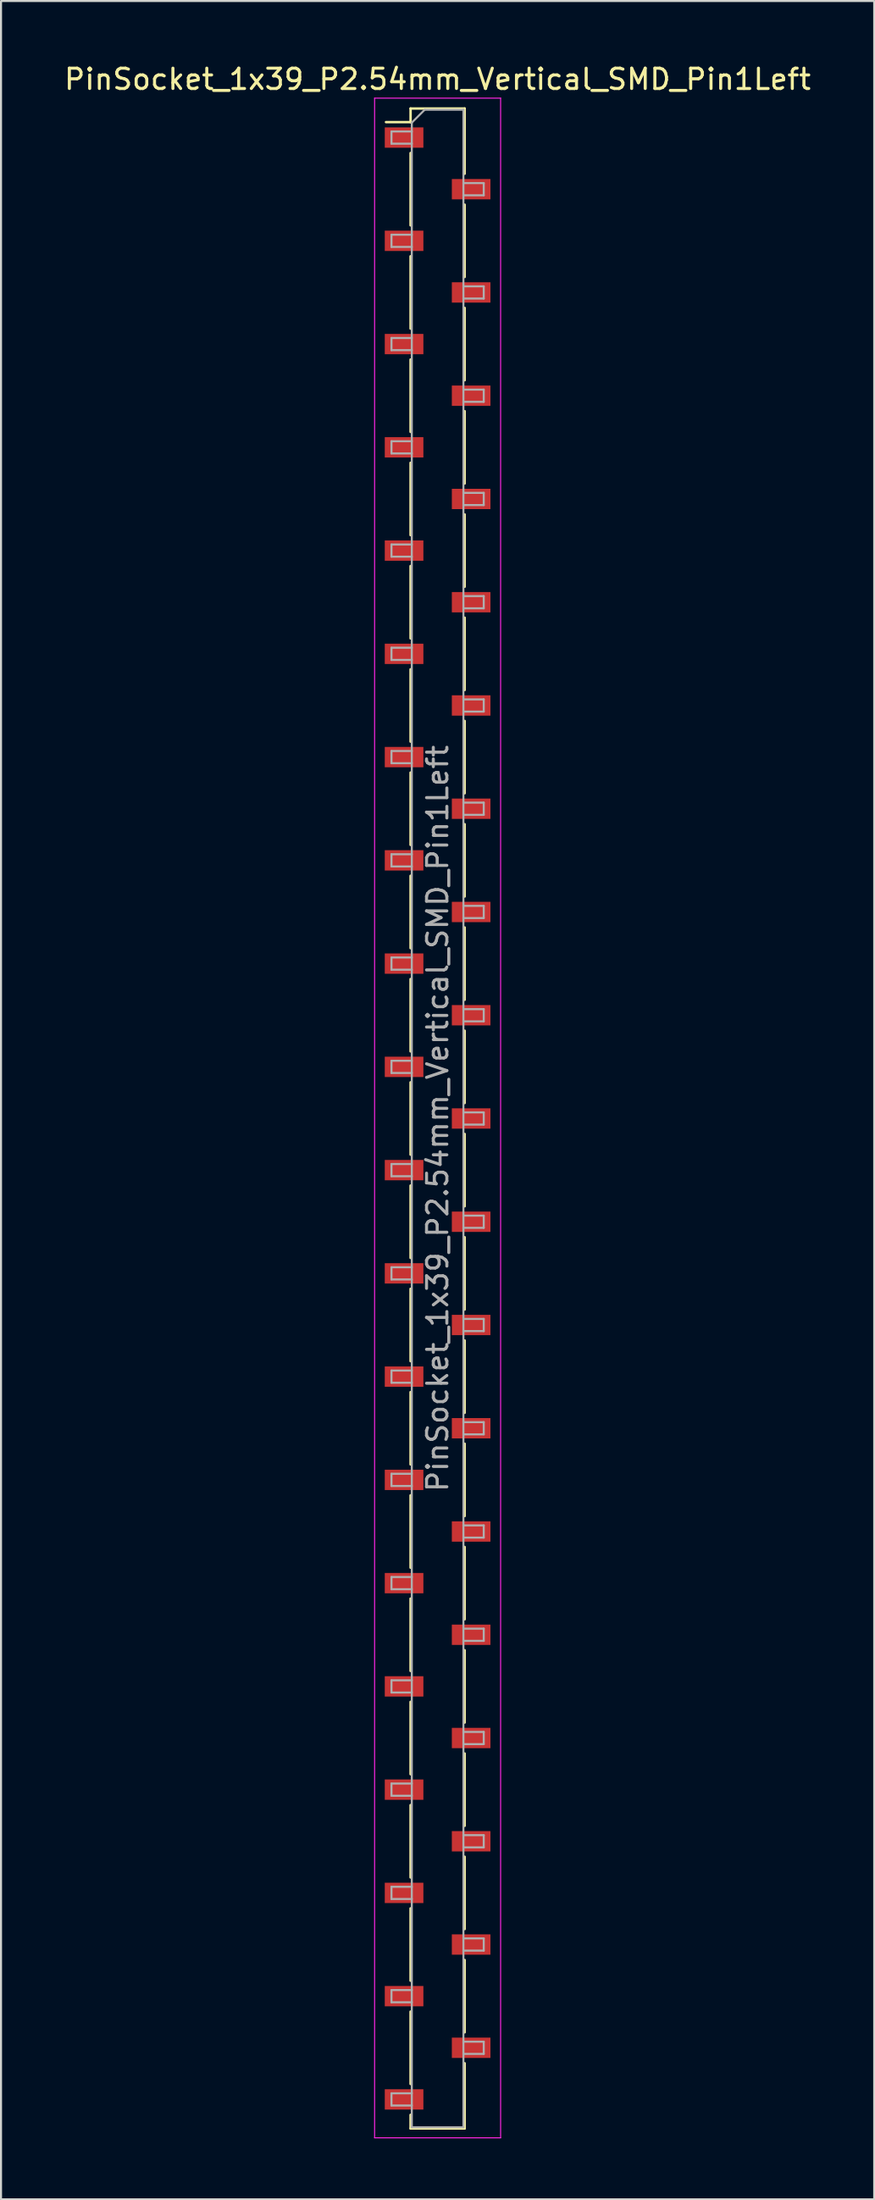
<source format=kicad_pcb>
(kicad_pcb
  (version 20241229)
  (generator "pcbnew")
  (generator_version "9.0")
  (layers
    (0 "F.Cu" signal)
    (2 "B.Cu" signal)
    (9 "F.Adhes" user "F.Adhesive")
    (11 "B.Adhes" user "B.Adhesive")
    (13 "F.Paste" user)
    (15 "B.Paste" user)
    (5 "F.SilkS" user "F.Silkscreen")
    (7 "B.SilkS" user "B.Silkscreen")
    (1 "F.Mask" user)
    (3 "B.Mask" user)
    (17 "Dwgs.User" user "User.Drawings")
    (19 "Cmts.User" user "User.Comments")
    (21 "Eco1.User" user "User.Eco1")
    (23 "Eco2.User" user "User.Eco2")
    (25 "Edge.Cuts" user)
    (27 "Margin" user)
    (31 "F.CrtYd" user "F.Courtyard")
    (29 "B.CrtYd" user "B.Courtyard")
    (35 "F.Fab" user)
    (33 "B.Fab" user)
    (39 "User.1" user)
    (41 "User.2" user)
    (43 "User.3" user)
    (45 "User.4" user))
  (footprint "PinSocket_1x39_P2.54mm_Vertical_SMD_Pin1Left"
    (layer "F.Cu")
    (at 18.482 51.978)
    (property "Reference" "PinSocket_1x39_P2.54mm_Vertical_SMD_Pin1Left" (at 0 -51.13 0) (layer "F.SilkS") (effects (font (size 1 1) (thickness 0.15))))
    (attr smd)
    (fp_line (start -2.54 -49.02) (end -1.33 -49.02) (stroke (width 0.12) (type solid)) (layer "F.SilkS"))
    (fp_line (start -1.33 -49.69) (end -1.33 -49.02) (stroke (width 0.12) (type solid)) (layer "F.SilkS"))
    (fp_line (start -1.33 -49.69) (end 1.33 -49.69) (stroke (width 0.12) (type solid)) (layer "F.SilkS"))
    (fp_line (start -1.33 -47.5) (end -1.33 -43.94) (stroke (width 0.12) (type solid)) (layer "F.SilkS"))
    (fp_line (start -1.33 -42.42) (end -1.33 -38.86) (stroke (width 0.12) (type solid)) (layer "F.SilkS"))
    (fp_line (start -1.33 -37.34) (end -1.33 -33.78) (stroke (width 0.12) (type solid)) (layer "F.SilkS"))
    (fp_line (start -1.33 -32.26) (end -1.33 -28.7) (stroke (width 0.12) (type solid)) (layer "F.SilkS"))
    (fp_line (start -1.33 -27.18) (end -1.33 -23.62) (stroke (width 0.12) (type solid)) (layer "F.SilkS"))
    (fp_line (start -1.33 -22.1) (end -1.33 -18.54) (stroke (width 0.12) (type solid)) (layer "F.SilkS"))
    (fp_line (start -1.33 -17.02) (end -1.33 -13.46) (stroke (width 0.12) (type solid)) (layer "F.SilkS"))
    (fp_line (start -1.33 -11.94) (end -1.33 -8.38) (stroke (width 0.12) (type solid)) (layer "F.SilkS"))
    (fp_line (start -1.33 -6.86) (end -1.33 -3.3) (stroke (width 0.12) (type solid)) (layer "F.SilkS"))
    (fp_line (start -1.33 -1.78) (end -1.33 1.78) (stroke (width 0.12) (type solid)) (layer "F.SilkS"))
    (fp_line (start -1.33 3.3) (end -1.33 6.86) (stroke (width 0.12) (type solid)) (layer "F.SilkS"))
    (fp_line (start -1.33 8.38) (end -1.33 11.94) (stroke (width 0.12) (type solid)) (layer "F.SilkS"))
    (fp_line (start -1.33 13.46) (end -1.33 17.02) (stroke (width 0.12) (type solid)) (layer "F.SilkS"))
    (fp_line (start -1.33 18.54) (end -1.33 22.1) (stroke (width 0.12) (type solid)) (layer "F.SilkS"))
    (fp_line (start -1.33 23.62) (end -1.33 27.18) (stroke (width 0.12) (type solid)) (layer "F.SilkS"))
    (fp_line (start -1.33 28.7) (end -1.33 32.26) (stroke (width 0.12) (type solid)) (layer "F.SilkS"))
    (fp_line (start -1.33 33.78) (end -1.33 37.34) (stroke (width 0.12) (type solid)) (layer "F.SilkS"))
    (fp_line (start -1.33 38.86) (end -1.33 42.42) (stroke (width 0.12) (type solid)) (layer "F.SilkS"))
    (fp_line (start -1.33 43.94) (end -1.33 47.5) (stroke (width 0.12) (type solid)) (layer "F.SilkS"))
    (fp_line (start -1.33 49.02) (end -1.33 49.69) (stroke (width 0.12) (type solid)) (layer "F.SilkS"))
    (fp_line (start -1.33 49.69) (end 1.33 49.69) (stroke (width 0.12) (type solid)) (layer "F.SilkS"))
    (fp_line (start 1.33 -49.69) (end 1.33 -46.48) (stroke (width 0.12) (type solid)) (layer "F.SilkS"))
    (fp_line (start 1.33 -44.96) (end 1.33 -41.4) (stroke (width 0.12) (type solid)) (layer "F.SilkS"))
    (fp_line (start 1.33 -39.88) (end 1.33 -36.32) (stroke (width 0.12) (type solid)) (layer "F.SilkS"))
    (fp_line (start 1.33 -34.8) (end 1.33 -31.24) (stroke (width 0.12) (type solid)) (layer "F.SilkS"))
    (fp_line (start 1.33 -29.72) (end 1.33 -26.16) (stroke (width 0.12) (type solid)) (layer "F.SilkS"))
    (fp_line (start 1.33 -24.64) (end 1.33 -21.08) (stroke (width 0.12) (type solid)) (layer "F.SilkS"))
    (fp_line (start 1.33 -19.56) (end 1.33 -16) (stroke (width 0.12) (type solid)) (layer "F.SilkS"))
    (fp_line (start 1.33 -14.48) (end 1.33 -10.92) (stroke (width 0.12) (type solid)) (layer "F.SilkS"))
    (fp_line (start 1.33 -9.4) (end 1.33 -5.84) (stroke (width 0.12) (type solid)) (layer "F.SilkS"))
    (fp_line (start 1.33 -4.32) (end 1.33 -0.76) (stroke (width 0.12) (type solid)) (layer "F.SilkS"))
    (fp_line (start 1.33 0.76) (end 1.33 4.32) (stroke (width 0.12) (type solid)) (layer "F.SilkS"))
    (fp_line (start 1.33 5.84) (end 1.33 9.4) (stroke (width 0.12) (type solid)) (layer "F.SilkS"))
    (fp_line (start 1.33 10.92) (end 1.33 14.48) (stroke (width 0.12) (type solid)) (layer "F.SilkS"))
    (fp_line (start 1.33 16) (end 1.33 19.56) (stroke (width 0.12) (type solid)) (layer "F.SilkS"))
    (fp_line (start 1.33 21.08) (end 1.33 24.64) (stroke (width 0.12) (type solid)) (layer "F.SilkS"))
    (fp_line (start 1.33 26.16) (end 1.33 29.72) (stroke (width 0.12) (type solid)) (layer "F.SilkS"))
    (fp_line (start 1.33 31.24) (end 1.33 34.8) (stroke (width 0.12) (type solid)) (layer "F.SilkS"))
    (fp_line (start 1.33 36.32) (end 1.33 39.88) (stroke (width 0.12) (type solid)) (layer "F.SilkS"))
    (fp_line (start 1.33 41.4) (end 1.33 44.96) (stroke (width 0.12) (type solid)) (layer "F.SilkS"))
    (fp_line (start 1.33 46.48) (end 1.33 49.69) (stroke (width 0.12) (type solid)) (layer "F.SilkS"))
    (fp_line (start -3.1 -50.2) (end 3.1 -50.2) (stroke (width 0.05) (type solid)) (layer "F.CrtYd"))
    (fp_line (start -3.1 50.15) (end -3.1 -50.2) (stroke (width 0.05) (type solid)) (layer "F.CrtYd"))
    (fp_line (start 3.1 -50.2) (end 3.1 50.15) (stroke (width 0.05) (type solid)) (layer "F.CrtYd"))
    (fp_line (start 3.1 50.15) (end -3.1 50.15) (stroke (width 0.05) (type solid)) (layer "F.CrtYd"))
    (fp_line (start -2.27 -48.56) (end -1.27 -48.56) (stroke (width 0.1) (type solid)) (layer "F.Fab"))
    (fp_line (start -2.27 -47.96) (end -2.27 -48.56) (stroke (width 0.1) (type solid)) (layer "F.Fab"))
    (fp_line (start -2.27 -43.48) (end -1.27 -43.48) (stroke (width 0.1) (type solid)) (layer "F.Fab"))
    (fp_line (start -2.27 -42.88) (end -2.27 -43.48) (stroke (width 0.1) (type solid)) (layer "F.Fab"))
    (fp_line (start -2.27 -38.4) (end -1.27 -38.4) (stroke (width 0.1) (type solid)) (layer "F.Fab"))
    (fp_line (start -2.27 -37.8) (end -2.27 -38.4) (stroke (width 0.1) (type solid)) (layer "F.Fab"))
    (fp_line (start -2.27 -33.32) (end -1.27 -33.32) (stroke (width 0.1) (type solid)) (layer "F.Fab"))
    (fp_line (start -2.27 -32.72) (end -2.27 -33.32) (stroke (width 0.1) (type solid)) (layer "F.Fab"))
    (fp_line (start -2.27 -28.24) (end -1.27 -28.24) (stroke (width 0.1) (type solid)) (layer "F.Fab"))
    (fp_line (start -2.27 -27.64) (end -2.27 -28.24) (stroke (width 0.1) (type solid)) (layer "F.Fab"))
    (fp_line (start -2.27 -23.16) (end -1.27 -23.16) (stroke (width 0.1) (type solid)) (layer "F.Fab"))
    (fp_line (start -2.27 -22.56) (end -2.27 -23.16) (stroke (width 0.1) (type solid)) (layer "F.Fab"))
    (fp_line (start -2.27 -18.08) (end -1.27 -18.08) (stroke (width 0.1) (type solid)) (layer "F.Fab"))
    (fp_line (start -2.27 -17.48) (end -2.27 -18.08) (stroke (width 0.1) (type solid)) (layer "F.Fab"))
    (fp_line (start -2.27 -13) (end -1.27 -13) (stroke (width 0.1) (type solid)) (layer "F.Fab"))
    (fp_line (start -2.27 -12.4) (end -2.27 -13) (stroke (width 0.1) (type solid)) (layer "F.Fab"))
    (fp_line (start -2.27 -7.92) (end -1.27 -7.92) (stroke (width 0.1) (type solid)) (layer "F.Fab"))
    (fp_line (start -2.27 -7.32) (end -2.27 -7.92) (stroke (width 0.1) (type solid)) (layer "F.Fab"))
    (fp_line (start -2.27 -2.84) (end -1.27 -2.84) (stroke (width 0.1) (type solid)) (layer "F.Fab"))
    (fp_line (start -2.27 -2.24) (end -2.27 -2.84) (stroke (width 0.1) (type solid)) (layer "F.Fab"))
    (fp_line (start -2.27 2.24) (end -1.27 2.24) (stroke (width 0.1) (type solid)) (layer "F.Fab"))
    (fp_line (start -2.27 2.84) (end -2.27 2.24) (stroke (width 0.1) (type solid)) (layer "F.Fab"))
    (fp_line (start -2.27 7.32) (end -1.27 7.32) (stroke (width 0.1) (type solid)) (layer "F.Fab"))
    (fp_line (start -2.27 7.92) (end -2.27 7.32) (stroke (width 0.1) (type solid)) (layer "F.Fab"))
    (fp_line (start -2.27 12.4) (end -1.27 12.4) (stroke (width 0.1) (type solid)) (layer "F.Fab"))
    (fp_line (start -2.27 13) (end -2.27 12.4) (stroke (width 0.1) (type solid)) (layer "F.Fab"))
    (fp_line (start -2.27 17.48) (end -1.27 17.48) (stroke (width 0.1) (type solid)) (layer "F.Fab"))
    (fp_line (start -2.27 18.08) (end -2.27 17.48) (stroke (width 0.1) (type solid)) (layer "F.Fab"))
    (fp_line (start -2.27 22.56) (end -1.27 22.56) (stroke (width 0.1) (type solid)) (layer "F.Fab"))
    (fp_line (start -2.27 23.16) (end -2.27 22.56) (stroke (width 0.1) (type solid)) (layer "F.Fab"))
    (fp_line (start -2.27 27.64) (end -1.27 27.64) (stroke (width 0.1) (type solid)) (layer "F.Fab"))
    (fp_line (start -2.27 28.24) (end -2.27 27.64) (stroke (width 0.1) (type solid)) (layer "F.Fab"))
    (fp_line (start -2.27 32.72) (end -1.27 32.72) (stroke (width 0.1) (type solid)) (layer "F.Fab"))
    (fp_line (start -2.27 33.32) (end -2.27 32.72) (stroke (width 0.1) (type solid)) (layer "F.Fab"))
    (fp_line (start -2.27 37.8) (end -1.27 37.8) (stroke (width 0.1) (type solid)) (layer "F.Fab"))
    (fp_line (start -2.27 38.4) (end -2.27 37.8) (stroke (width 0.1) (type solid)) (layer "F.Fab"))
    (fp_line (start -2.27 42.88) (end -1.27 42.88) (stroke (width 0.1) (type solid)) (layer "F.Fab"))
    (fp_line (start -2.27 43.48) (end -2.27 42.88) (stroke (width 0.1) (type solid)) (layer "F.Fab"))
    (fp_line (start -2.27 47.96) (end -1.27 47.96) (stroke (width 0.1) (type solid)) (layer "F.Fab"))
    (fp_line (start -2.27 48.56) (end -2.27 47.96) (stroke (width 0.1) (type solid)) (layer "F.Fab"))
    (fp_line (start -1.27 -48.995) (end -0.635 -49.63) (stroke (width 0.1) (type solid)) (layer "F.Fab"))
    (fp_line (start -1.27 -47.96) (end -2.27 -47.96) (stroke (width 0.1) (type solid)) (layer "F.Fab"))
    (fp_line (start -1.27 -42.88) (end -2.27 -42.88) (stroke (width 0.1) (type solid)) (layer "F.Fab"))
    (fp_line (start -1.27 -37.8) (end -2.27 -37.8) (stroke (width 0.1) (type solid)) (layer "F.Fab"))
    (fp_line (start -1.27 -32.72) (end -2.27 -32.72) (stroke (width 0.1) (type solid)) (layer "F.Fab"))
    (fp_line (start -1.27 -27.64) (end -2.27 -27.64) (stroke (width 0.1) (type solid)) (layer "F.Fab"))
    (fp_line (start -1.27 -22.56) (end -2.27 -22.56) (stroke (width 0.1) (type solid)) (layer "F.Fab"))
    (fp_line (start -1.27 -17.48) (end -2.27 -17.48) (stroke (width 0.1) (type solid)) (layer "F.Fab"))
    (fp_line (start -1.27 -12.4) (end -2.27 -12.4) (stroke (width 0.1) (type solid)) (layer "F.Fab"))
    (fp_line (start -1.27 -7.32) (end -2.27 -7.32) (stroke (width 0.1) (type solid)) (layer "F.Fab"))
    (fp_line (start -1.27 -2.24) (end -2.27 -2.24) (stroke (width 0.1) (type solid)) (layer "F.Fab"))
    (fp_line (start -1.27 2.84) (end -2.27 2.84) (stroke (width 0.1) (type solid)) (layer "F.Fab"))
    (fp_line (start -1.27 7.92) (end -2.27 7.92) (stroke (width 0.1) (type solid)) (layer "F.Fab"))
    (fp_line (start -1.27 13) (end -2.27 13) (stroke (width 0.1) (type solid)) (layer "F.Fab"))
    (fp_line (start -1.27 18.08) (end -2.27 18.08) (stroke (width 0.1) (type solid)) (layer "F.Fab"))
    (fp_line (start -1.27 23.16) (end -2.27 23.16) (stroke (width 0.1) (type solid)) (layer "F.Fab"))
    (fp_line (start -1.27 28.24) (end -2.27 28.24) (stroke (width 0.1) (type solid)) (layer "F.Fab"))
    (fp_line (start -1.27 33.32) (end -2.27 33.32) (stroke (width 0.1) (type solid)) (layer "F.Fab"))
    (fp_line (start -1.27 38.4) (end -2.27 38.4) (stroke (width 0.1) (type solid)) (layer "F.Fab"))
    (fp_line (start -1.27 43.48) (end -2.27 43.48) (stroke (width 0.1) (type solid)) (layer "F.Fab"))
    (fp_line (start -1.27 48.56) (end -2.27 48.56) (stroke (width 0.1) (type solid)) (layer "F.Fab"))
    (fp_line (start -1.27 49.63) (end -1.27 -48.995) (stroke (width 0.1) (type solid)) (layer "F.Fab"))
    (fp_line (start -0.635 -49.63) (end 1.27 -49.63) (stroke (width 0.1) (type solid)) (layer "F.Fab"))
    (fp_line (start 1.27 -49.63) (end 1.27 49.63) (stroke (width 0.1) (type solid)) (layer "F.Fab"))
    (fp_line (start 1.27 -46.02) (end 2.27 -46.02) (stroke (width 0.1) (type solid)) (layer "F.Fab"))
    (fp_line (start 1.27 -40.94) (end 2.27 -40.94) (stroke (width 0.1) (type solid)) (layer "F.Fab"))
    (fp_line (start 1.27 -35.86) (end 2.27 -35.86) (stroke (width 0.1) (type solid)) (layer "F.Fab"))
    (fp_line (start 1.27 -30.78) (end 2.27 -30.78) (stroke (width 0.1) (type solid)) (layer "F.Fab"))
    (fp_line (start 1.27 -25.7) (end 2.27 -25.7) (stroke (width 0.1) (type solid)) (layer "F.Fab"))
    (fp_line (start 1.27 -20.62) (end 2.27 -20.62) (stroke (width 0.1) (type solid)) (layer "F.Fab"))
    (fp_line (start 1.27 -15.54) (end 2.27 -15.54) (stroke (width 0.1) (type solid)) (layer "F.Fab"))
    (fp_line (start 1.27 -10.46) (end 2.27 -10.46) (stroke (width 0.1) (type solid)) (layer "F.Fab"))
    (fp_line (start 1.27 -5.38) (end 2.27 -5.38) (stroke (width 0.1) (type solid)) (layer "F.Fab"))
    (fp_line (start 1.27 -0.3) (end 2.27 -0.3) (stroke (width 0.1) (type solid)) (layer "F.Fab"))
    (fp_line (start 1.27 4.78) (end 2.27 4.78) (stroke (width 0.1) (type solid)) (layer "F.Fab"))
    (fp_line (start 1.27 9.86) (end 2.27 9.86) (stroke (width 0.1) (type solid)) (layer "F.Fab"))
    (fp_line (start 1.27 14.94) (end 2.27 14.94) (stroke (width 0.1) (type solid)) (layer "F.Fab"))
    (fp_line (start 1.27 20.02) (end 2.27 20.02) (stroke (width 0.1) (type solid)) (layer "F.Fab"))
    (fp_line (start 1.27 25.1) (end 2.27 25.1) (stroke (width 0.1) (type solid)) (layer "F.Fab"))
    (fp_line (start 1.27 30.18) (end 2.27 30.18) (stroke (width 0.1) (type solid)) (layer "F.Fab"))
    (fp_line (start 1.27 35.26) (end 2.27 35.26) (stroke (width 0.1) (type solid)) (layer "F.Fab"))
    (fp_line (start 1.27 40.34) (end 2.27 40.34) (stroke (width 0.1) (type solid)) (layer "F.Fab"))
    (fp_line (start 1.27 45.42) (end 2.27 45.42) (stroke (width 0.1) (type solid)) (layer "F.Fab"))
    (fp_line (start 1.27 49.63) (end -1.27 49.63) (stroke (width 0.1) (type solid)) (layer "F.Fab"))
    (fp_line (start 2.27 -46.02) (end 2.27 -45.42) (stroke (width 0.1) (type solid)) (layer "F.Fab"))
    (fp_line (start 2.27 -45.42) (end 1.27 -45.42) (stroke (width 0.1) (type solid)) (layer "F.Fab"))
    (fp_line (start 2.27 -40.94) (end 2.27 -40.34) (stroke (width 0.1) (type solid)) (layer "F.Fab"))
    (fp_line (start 2.27 -40.34) (end 1.27 -40.34) (stroke (width 0.1) (type solid)) (layer "F.Fab"))
    (fp_line (start 2.27 -35.86) (end 2.27 -35.26) (stroke (width 0.1) (type solid)) (layer "F.Fab"))
    (fp_line (start 2.27 -35.26) (end 1.27 -35.26) (stroke (width 0.1) (type solid)) (layer "F.Fab"))
    (fp_line (start 2.27 -30.78) (end 2.27 -30.18) (stroke (width 0.1) (type solid)) (layer "F.Fab"))
    (fp_line (start 2.27 -30.18) (end 1.27 -30.18) (stroke (width 0.1) (type solid)) (layer "F.Fab"))
    (fp_line (start 2.27 -25.7) (end 2.27 -25.1) (stroke (width 0.1) (type solid)) (layer "F.Fab"))
    (fp_line (start 2.27 -25.1) (end 1.27 -25.1) (stroke (width 0.1) (type solid)) (layer "F.Fab"))
    (fp_line (start 2.27 -20.62) (end 2.27 -20.02) (stroke (width 0.1) (type solid)) (layer "F.Fab"))
    (fp_line (start 2.27 -20.02) (end 1.27 -20.02) (stroke (width 0.1) (type solid)) (layer "F.Fab"))
    (fp_line (start 2.27 -15.54) (end 2.27 -14.94) (stroke (width 0.1) (type solid)) (layer "F.Fab"))
    (fp_line (start 2.27 -14.94) (end 1.27 -14.94) (stroke (width 0.1) (type solid)) (layer "F.Fab"))
    (fp_line (start 2.27 -10.46) (end 2.27 -9.86) (stroke (width 0.1) (type solid)) (layer "F.Fab"))
    (fp_line (start 2.27 -9.86) (end 1.27 -9.86) (stroke (width 0.1) (type solid)) (layer "F.Fab"))
    (fp_line (start 2.27 -5.38) (end 2.27 -4.78) (stroke (width 0.1) (type solid)) (layer "F.Fab"))
    (fp_line (start 2.27 -4.78) (end 1.27 -4.78) (stroke (width 0.1) (type solid)) (layer "F.Fab"))
    (fp_line (start 2.27 -0.3) (end 2.27 0.3) (stroke (width 0.1) (type solid)) (layer "F.Fab"))
    (fp_line (start 2.27 0.3) (end 1.27 0.3) (stroke (width 0.1) (type solid)) (layer "F.Fab"))
    (fp_line (start 2.27 4.78) (end 2.27 5.38) (stroke (width 0.1) (type solid)) (layer "F.Fab"))
    (fp_line (start 2.27 5.38) (end 1.27 5.38) (stroke (width 0.1) (type solid)) (layer "F.Fab"))
    (fp_line (start 2.27 9.86) (end 2.27 10.46) (stroke (width 0.1) (type solid)) (layer "F.Fab"))
    (fp_line (start 2.27 10.46) (end 1.27 10.46) (stroke (width 0.1) (type solid)) (layer "F.Fab"))
    (fp_line (start 2.27 14.94) (end 2.27 15.54) (stroke (width 0.1) (type solid)) (layer "F.Fab"))
    (fp_line (start 2.27 15.54) (end 1.27 15.54) (stroke (width 0.1) (type solid)) (layer "F.Fab"))
    (fp_line (start 2.27 20.02) (end 2.27 20.62) (stroke (width 0.1) (type solid)) (layer "F.Fab"))
    (fp_line (start 2.27 20.62) (end 1.27 20.62) (stroke (width 0.1) (type solid)) (layer "F.Fab"))
    (fp_line (start 2.27 25.1) (end 2.27 25.7) (stroke (width 0.1) (type solid)) (layer "F.Fab"))
    (fp_line (start 2.27 25.7) (end 1.27 25.7) (stroke (width 0.1) (type solid)) (layer "F.Fab"))
    (fp_line (start 2.27 30.18) (end 2.27 30.78) (stroke (width 0.1) (type solid)) (layer "F.Fab"))
    (fp_line (start 2.27 30.78) (end 1.27 30.78) (stroke (width 0.1) (type solid)) (layer "F.Fab"))
    (fp_line (start 2.27 35.26) (end 2.27 35.86) (stroke (width 0.1) (type solid)) (layer "F.Fab"))
    (fp_line (start 2.27 35.86) (end 1.27 35.86) (stroke (width 0.1) (type solid)) (layer "F.Fab"))
    (fp_line (start 2.27 40.34) (end 2.27 40.94) (stroke (width 0.1) (type solid)) (layer "F.Fab"))
    (fp_line (start 2.27 40.94) (end 1.27 40.94) (stroke (width 0.1) (type solid)) (layer "F.Fab"))
    (fp_line (start 2.27 45.42) (end 2.27 46.02) (stroke (width 0.1) (type solid)) (layer "F.Fab"))
    (fp_line (start 2.27 46.02) (end 1.27 46.02) (stroke (width 0.1) (type solid)) (layer "F.Fab"))
    (fp_text user "${REFERENCE}" (at 0 0 90) (layer "F.Fab") (effects (font (size 1 1) (thickness 0.15))))
    (pad "1" smd rect (at -1.65 -48.26) (size 1.9 1) (layers "F.Cu" "F.Mask" "F.Paste"))
    (pad "2" smd rect (at 1.65 -45.72) (size 1.9 1) (layers "F.Cu" "F.Mask" "F.Paste"))
    (pad "3" smd rect (at -1.65 -43.18) (size 1.9 1) (layers "F.Cu" "F.Mask" "F.Paste"))
    (pad "4" smd rect (at 1.65 -40.64) (size 1.9 1) (layers "F.Cu" "F.Mask" "F.Paste"))
    (pad "5" smd rect (at -1.65 -38.1) (size 1.9 1) (layers "F.Cu" "F.Mask" "F.Paste"))
    (pad "6" smd rect (at 1.65 -35.56) (size 1.9 1) (layers "F.Cu" "F.Mask" "F.Paste"))
    (pad "7" smd rect (at -1.65 -33.02) (size 1.9 1) (layers "F.Cu" "F.Mask" "F.Paste"))
    (pad "8" smd rect (at 1.65 -30.48) (size 1.9 1) (layers "F.Cu" "F.Mask" "F.Paste"))
    (pad "9" smd rect (at -1.65 -27.94) (size 1.9 1) (layers "F.Cu" "F.Mask" "F.Paste"))
    (pad "10" smd rect (at 1.65 -25.4) (size 1.9 1) (layers "F.Cu" "F.Mask" "F.Paste"))
    (pad "11" smd rect (at -1.65 -22.86) (size 1.9 1) (layers "F.Cu" "F.Mask" "F.Paste"))
    (pad "12" smd rect (at 1.65 -20.32) (size 1.9 1) (layers "F.Cu" "F.Mask" "F.Paste"))
    (pad "13" smd rect (at -1.65 -17.78) (size 1.9 1) (layers "F.Cu" "F.Mask" "F.Paste"))
    (pad "14" smd rect (at 1.65 -15.24) (size 1.9 1) (layers "F.Cu" "F.Mask" "F.Paste"))
    (pad "15" smd rect (at -1.65 -12.7) (size 1.9 1) (layers "F.Cu" "F.Mask" "F.Paste"))
    (pad "16" smd rect (at 1.65 -10.16) (size 1.9 1) (layers "F.Cu" "F.Mask" "F.Paste"))
    (pad "17" smd rect (at -1.65 -7.62) (size 1.9 1) (layers "F.Cu" "F.Mask" "F.Paste"))
    (pad "18" smd rect (at 1.65 -5.08) (size 1.9 1) (layers "F.Cu" "F.Mask" "F.Paste"))
    (pad "19" smd rect (at -1.65 -2.54) (size 1.9 1) (layers "F.Cu" "F.Mask" "F.Paste"))
    (pad "20" smd rect (at 1.65 0) (size 1.9 1) (layers "F.Cu" "F.Mask" "F.Paste"))
    (pad "21" smd rect (at -1.65 2.54) (size 1.9 1) (layers "F.Cu" "F.Mask" "F.Paste"))
    (pad "22" smd rect (at 1.65 5.08) (size 1.9 1) (layers "F.Cu" "F.Mask" "F.Paste"))
    (pad "23" smd rect (at -1.65 7.62) (size 1.9 1) (layers "F.Cu" "F.Mask" "F.Paste"))
    (pad "24" smd rect (at 1.65 10.16) (size 1.9 1) (layers "F.Cu" "F.Mask" "F.Paste"))
    (pad "25" smd rect (at -1.65 12.7) (size 1.9 1) (layers "F.Cu" "F.Mask" "F.Paste"))
    (pad "26" smd rect (at 1.65 15.24) (size 1.9 1) (layers "F.Cu" "F.Mask" "F.Paste"))
    (pad "27" smd rect (at -1.65 17.78) (size 1.9 1) (layers "F.Cu" "F.Mask" "F.Paste"))
    (pad "28" smd rect (at 1.65 20.32) (size 1.9 1) (layers "F.Cu" "F.Mask" "F.Paste"))
    (pad "29" smd rect (at -1.65 22.86) (size 1.9 1) (layers "F.Cu" "F.Mask" "F.Paste"))
    (pad "30" smd rect (at 1.65 25.4) (size 1.9 1) (layers "F.Cu" "F.Mask" "F.Paste"))
    (pad "31" smd rect (at -1.65 27.94) (size 1.9 1) (layers "F.Cu" "F.Mask" "F.Paste"))
    (pad "32" smd rect (at 1.65 30.48) (size 1.9 1) (layers "F.Cu" "F.Mask" "F.Paste"))
    (pad "33" smd rect (at -1.65 33.02) (size 1.9 1) (layers "F.Cu" "F.Mask" "F.Paste"))
    (pad "34" smd rect (at 1.65 35.56) (size 1.9 1) (layers "F.Cu" "F.Mask" "F.Paste"))
    (pad "35" smd rect (at -1.65 38.1) (size 1.9 1) (layers "F.Cu" "F.Mask" "F.Paste"))
    (pad "36" smd rect (at 1.65 40.64) (size 1.9 1) (layers "F.Cu" "F.Mask" "F.Paste"))
    (pad "37" smd rect (at -1.65 43.18) (size 1.9 1) (layers "F.Cu" "F.Mask" "F.Paste"))
    (pad "38" smd rect (at 1.65 45.72) (size 1.9 1) (layers "F.Cu" "F.Mask" "F.Paste"))
    (pad "39" smd rect (at -1.65 48.26) (size 1.9 1) (layers "F.Cu" "F.Mask" "F.Paste")))
  (gr_rect
    (start -3 -3)
    (end 39.964 105.153)
    (stroke (width 0.1) (type default))
    (fill no)
    (layer "Edge.Cuts")))
</source>
